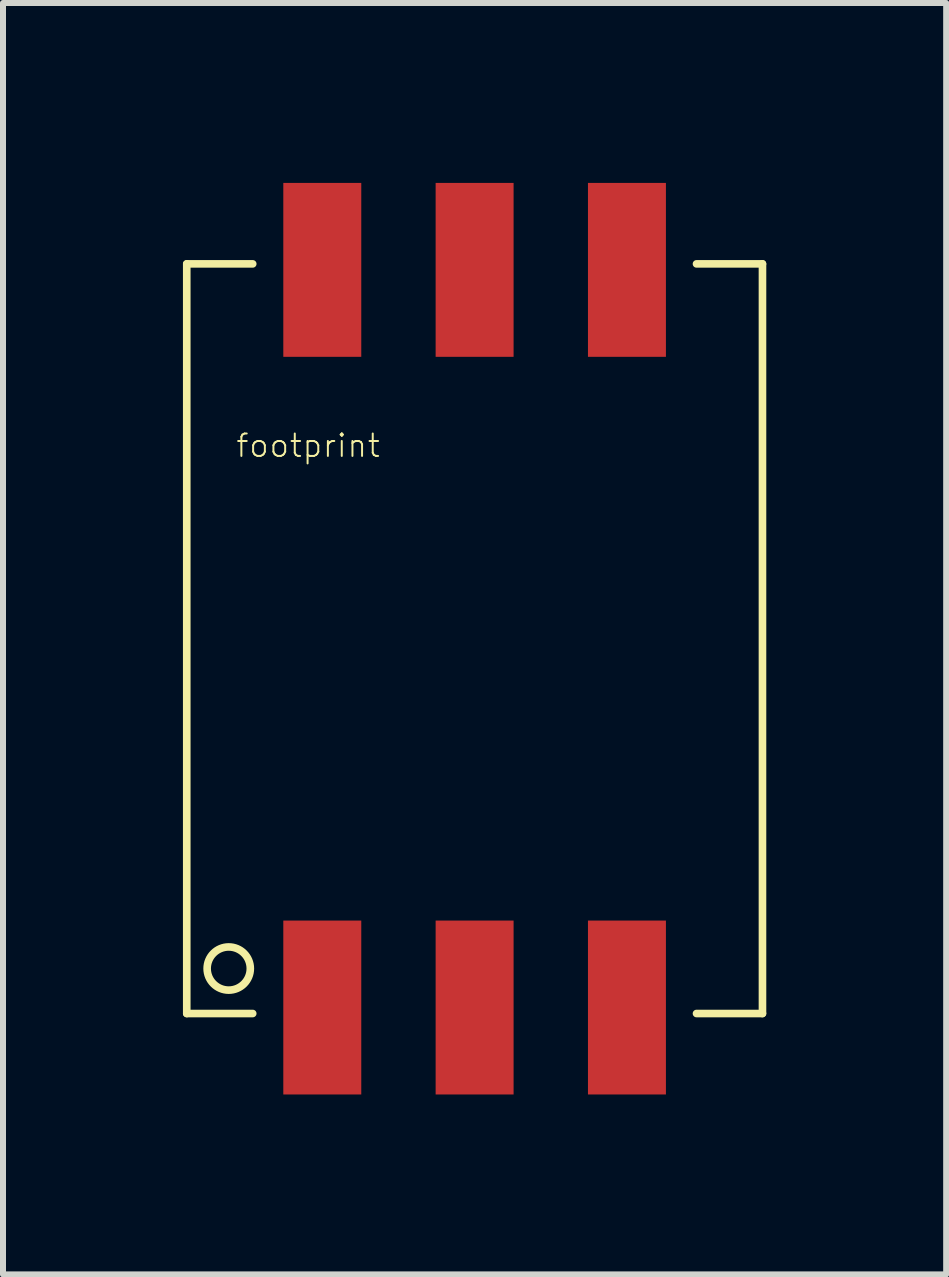
<source format=kicad_pcb>
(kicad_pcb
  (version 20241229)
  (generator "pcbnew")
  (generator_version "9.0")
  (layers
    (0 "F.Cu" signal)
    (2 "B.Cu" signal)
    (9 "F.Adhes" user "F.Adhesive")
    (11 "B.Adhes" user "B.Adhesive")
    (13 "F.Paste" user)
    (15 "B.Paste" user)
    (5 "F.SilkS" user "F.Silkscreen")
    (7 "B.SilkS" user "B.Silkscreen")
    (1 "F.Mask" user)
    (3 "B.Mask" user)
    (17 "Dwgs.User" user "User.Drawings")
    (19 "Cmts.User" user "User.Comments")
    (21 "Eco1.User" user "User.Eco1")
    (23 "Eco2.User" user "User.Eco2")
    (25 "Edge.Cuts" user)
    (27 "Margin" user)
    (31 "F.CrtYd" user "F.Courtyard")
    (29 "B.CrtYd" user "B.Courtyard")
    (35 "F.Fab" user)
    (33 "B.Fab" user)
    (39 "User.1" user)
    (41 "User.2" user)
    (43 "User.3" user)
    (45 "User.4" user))
  (footprint "footprint"
    (layer "F.Cu")
    (at 4.864 7.6)
    (property "Reference" "footprint" (at -4 -3 0) (layer "F.SilkS") (effects (font (size 0.374 0.374) (thickness 0.033)) (justify left bottom)))
    (fp_line (start -4.8 -6.25) (end -4.8 6.25) (stroke (width 0.127) (type solid)) (layer "F.SilkS"))
    (fp_line (start -4.8 -6.25) (end -3.7 -6.25) (stroke (width 0.127) (type solid)) (layer "F.SilkS"))
    (fp_line (start -4.8 6.25) (end -3.7 6.25) (stroke (width 0.127) (type solid)) (layer "F.SilkS"))
    (fp_line (start 3.7 -6.25) (end 4.8 -6.25) (stroke (width 0.127) (type solid)) (layer "F.SilkS"))
    (fp_line (start 3.7 6.25) (end 4.8 6.25) (stroke (width 0.127) (type solid)) (layer "F.SilkS"))
    (fp_line (start 4.8 6.25) (end 4.8 -6.25) (stroke (width 0.127) (type solid)) (layer "F.SilkS"))
    (fp_circle (center -4.1 5.5) (end -3.74 5.5) (stroke (width 0.127) (type solid)) (fill no) (layer "F.SilkS"))
    (pad "1" smd rect (at -2.54 6.15 90) (size 2.9 1.3) (layers "F.Cu" "F.Mask" "F.Paste"))
    (pad "2" smd rect (at 0 6.15 90) (size 2.9 1.3) (layers "F.Cu" "F.Mask" "F.Paste"))
    (pad "3" smd rect (at 2.54 6.15 90) (size 2.9 1.3) (layers "F.Cu" "F.Mask" "F.Paste"))
    (pad "4" smd rect (at 2.54 -6.15 90) (size 2.9 1.3) (layers "F.Cu" "F.Mask" "F.Paste"))
    (pad "5" smd rect (at 0 -6.15 90) (size 2.9 1.3) (layers "F.Cu" "F.Mask" "F.Paste"))
    (pad "6" smd rect (at -2.54 -6.15 90) (size 2.9 1.3) (layers "F.Cu" "F.Mask" "F.Paste")))
  (gr_rect
    (start -3 -3)
    (end 12.727 18.2)
    (stroke (width 0.1) (type default))
    (fill no)
    (layer "Edge.Cuts")))
</source>
